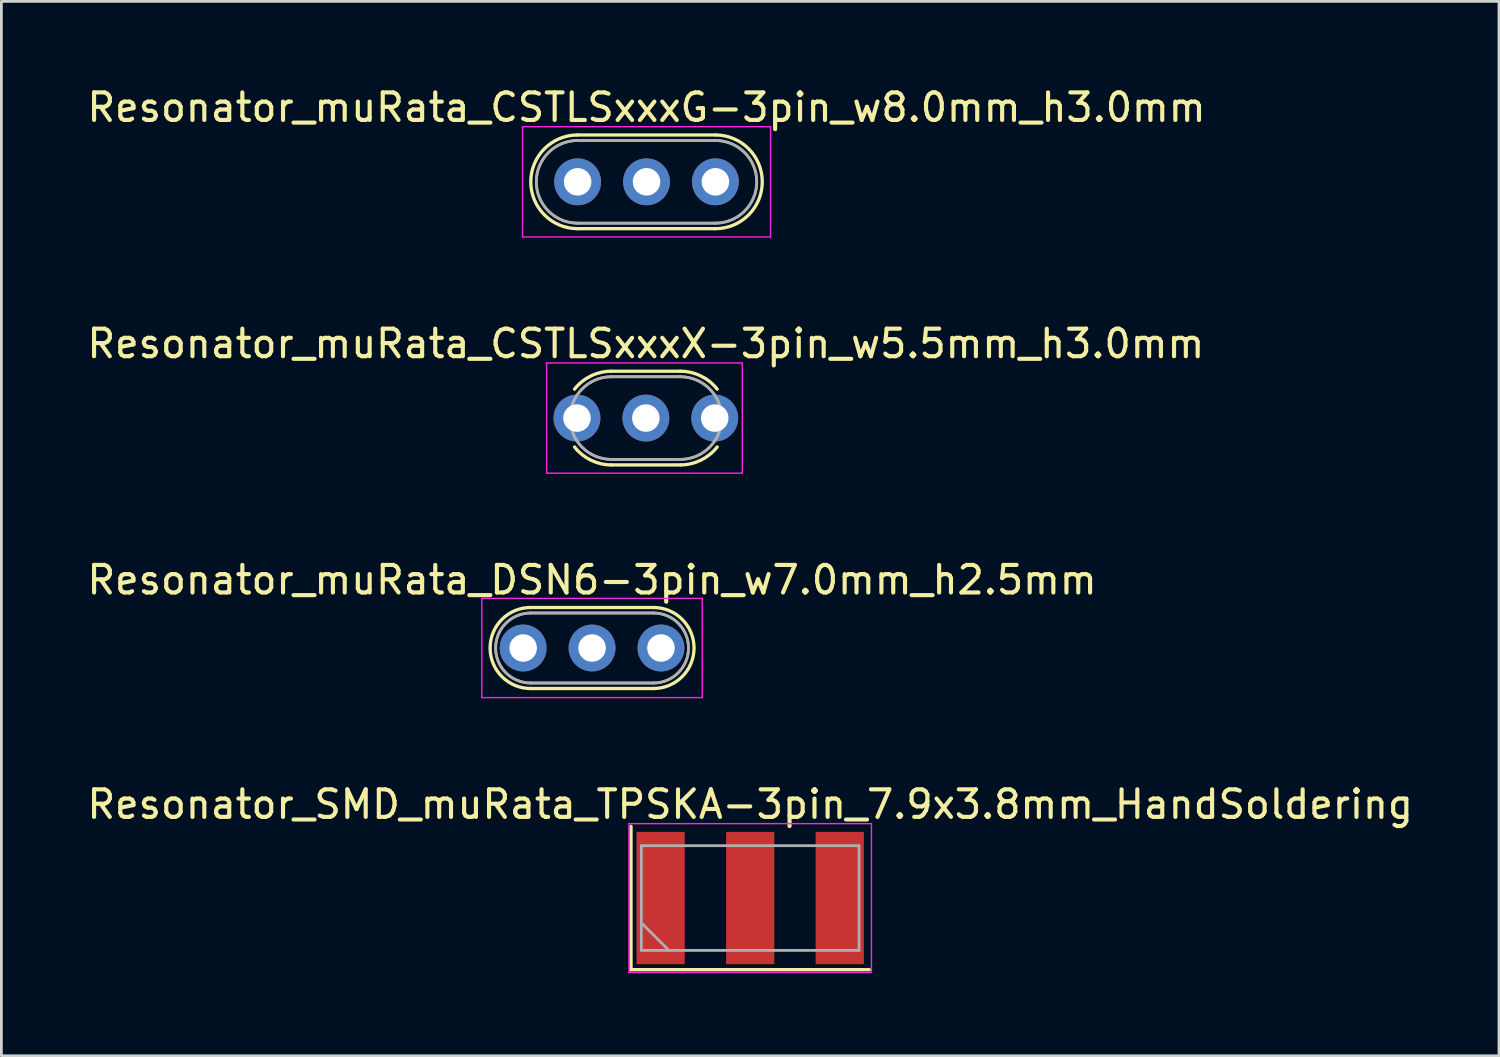
<source format=kicad_pcb>
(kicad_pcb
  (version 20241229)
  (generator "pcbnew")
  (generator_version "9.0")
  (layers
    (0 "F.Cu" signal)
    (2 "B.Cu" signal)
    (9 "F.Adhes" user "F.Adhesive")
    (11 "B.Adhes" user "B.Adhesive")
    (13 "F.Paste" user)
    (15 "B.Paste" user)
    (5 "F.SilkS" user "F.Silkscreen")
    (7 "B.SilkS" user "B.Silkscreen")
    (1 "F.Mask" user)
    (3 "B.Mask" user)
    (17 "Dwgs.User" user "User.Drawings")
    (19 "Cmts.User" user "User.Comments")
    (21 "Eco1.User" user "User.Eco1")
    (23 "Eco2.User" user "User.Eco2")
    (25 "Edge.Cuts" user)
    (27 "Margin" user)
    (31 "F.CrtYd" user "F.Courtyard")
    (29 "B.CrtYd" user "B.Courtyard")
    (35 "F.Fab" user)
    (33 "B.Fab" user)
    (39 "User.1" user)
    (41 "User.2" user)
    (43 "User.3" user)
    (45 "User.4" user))
  (footprint "Resonator_SMD_muRata_TPSKA-3pin_7.9x3.8mm_HandSoldering"
    (layer "F.Cu")
    (at 24.173 29.538)
    (property "Reference" "Resonator_SMD_muRata_TPSKA-3pin_7.9x3.8mm_HandSoldering" (at 0 -3.4 0) (layer "F.SilkS") (effects (font (size 1 1) (thickness 0.15))))
    (attr smd)
    (fp_line (start -4.325 -2.6) (end -4.325 2.6) (stroke (width 0.12) (type solid)) (layer "F.SilkS"))
    (fp_line (start -4.325 2.6) (end 4.325 2.6) (stroke (width 0.12) (type solid)) (layer "F.SilkS"))
    (fp_line (start -4.4 -2.7) (end -4.4 2.7) (stroke (width 0.05) (type solid)) (layer "F.CrtYd"))
    (fp_line (start -4.4 2.7) (end 4.4 2.7) (stroke (width 0.05) (type solid)) (layer "F.CrtYd"))
    (fp_line (start 4.4 -2.7) (end -4.4 -2.7) (stroke (width 0.05) (type solid)) (layer "F.CrtYd"))
    (fp_line (start 4.4 2.7) (end 4.4 -2.7) (stroke (width 0.05) (type solid)) (layer "F.CrtYd"))
    (fp_line (start -3.95 -1.9) (end -3.95 1.9) (stroke (width 0.1) (type solid)) (layer "F.Fab"))
    (fp_line (start -3.95 0.9) (end -2.95 1.9) (stroke (width 0.1) (type solid)) (layer "F.Fab"))
    (fp_line (start -3.95 1.9) (end 3.95 1.9) (stroke (width 0.1) (type solid)) (layer "F.Fab"))
    (fp_line (start 3.95 -1.9) (end -3.95 -1.9) (stroke (width 0.1) (type solid)) (layer "F.Fab"))
    (fp_line (start 3.95 1.9) (end 3.95 -1.9) (stroke (width 0.1) (type solid)) (layer "F.Fab"))
    (pad "1" smd rect (at -3.25 0) (size 1.75 4.8) (layers "F.Cu" "F.Mask"))
    (pad "2" smd rect (at 0 0) (size 1.75 4.8) (layers "F.Cu" "F.Mask"))
    (pad "3" smd rect (at 3.25 0) (size 1.75 4.8) (layers "F.Cu" "F.Mask")))
  (footprint "Resonator_muRata_CSTLSxxxX-3pin_w5.5mm_h3.0mm"
    (layer "F.Cu")
    (at 17.887 12.121)
    (property "Reference" "Resonator_muRata_CSTLSxxxX-3pin_w5.5mm_h3.0mm" (at 2.5 -2.7 0) (layer "F.SilkS") (effects (font (size 1 1) (thickness 0.15))))
    (attr through_hole)
    (fp_line (start 1.25 -1.7) (end 3.75 -1.7) (stroke (width 0.12) (type solid)) (layer "F.SilkS"))
    (fp_line (start 1.25 1.7) (end 3.75 1.7) (stroke (width 0.12) (type solid)) (layer "F.SilkS"))
    (fp_arc (start -0.08779 -1.048961) (mid 0.506102 -1.5286) (end 1.25 -1.7) (stroke (width 0.12) (type solid)) (layer "F.SilkS"))
    (fp_arc (start 1.25 1.7) (mid 0.506103 1.5286) (end -0.08779 1.048961) (stroke (width 0.12) (type solid)) (layer "F.SilkS"))
    (fp_arc (start 3.75 -1.7) (mid 4.493897 -1.5286) (end 5.08779 -1.048961) (stroke (width 0.12) (type solid)) (layer "F.SilkS"))
    (fp_arc (start 5.08779 1.048961) (mid 4.493898 1.5286) (end 3.75 1.7) (stroke (width 0.12) (type solid)) (layer "F.SilkS"))
    (fp_line (start -1.1 -2) (end -1.1 2) (stroke (width 0.05) (type solid)) (layer "F.CrtYd"))
    (fp_line (start -1.1 2) (end 6 2) (stroke (width 0.05) (type solid)) (layer "F.CrtYd"))
    (fp_line (start 6 -2) (end -1.1 -2) (stroke (width 0.05) (type solid)) (layer "F.CrtYd"))
    (fp_line (start 6 2) (end 6 -2) (stroke (width 0.05) (type solid)) (layer "F.CrtYd"))
    (fp_line (start 1.25 -1.5) (end 3.75 -1.5) (stroke (width 0.1) (type solid)) (layer "F.Fab"))
    (fp_line (start 1.25 -1.5) (end 3.75 -1.5) (stroke (width 0.1) (type solid)) (layer "F.Fab"))
    (fp_line (start 1.25 1.5) (end 3.75 1.5) (stroke (width 0.1) (type solid)) (layer "F.Fab"))
    (fp_line (start 1.25 1.5) (end 3.75 1.5) (stroke (width 0.1) (type solid)) (layer "F.Fab"))
    (fp_arc (start 1.25 1.5) (mid -0.25 0) (end 1.25 -1.5) (stroke (width 0.1) (type solid)) (layer "F.Fab"))
    (fp_arc (start 1.25 1.5) (mid -0.25 0) (end 1.25 -1.5) (stroke (width 0.1) (type solid)) (layer "F.Fab"))
    (fp_arc (start 3.75 -1.5) (mid 5.25 0) (end 3.75 1.5) (stroke (width 0.1) (type solid)) (layer "F.Fab"))
    (fp_arc (start 3.75 -1.5) (mid 5.25 0) (end 3.75 1.5) (stroke (width 0.1) (type solid)) (layer "F.Fab"))
    (pad "1" thru_hole circle (at 0 0) (size 1.7 1.7) (drill 1) (layers "*.Cu" "*.Mask"))
    (pad "2" thru_hole circle (at 2.5 0) (size 1.7 1.7) (drill 1) (layers "*.Cu" "*.Mask"))
    (pad "3" thru_hole circle (at 5 0) (size 1.7 1.7) (drill 1) (layers "*.Cu" "*.Mask")))
  (footprint "Resonator_muRata_CSTLSxxxG-3pin_w8.0mm_h3.0mm"
    (layer "F.Cu")
    (at 17.911 3.548)
    (property "Reference" "Resonator_muRata_CSTLSxxxG-3pin_w8.0mm_h3.0mm" (at 2.5 -2.7 0) (layer "F.SilkS") (effects (font (size 1 1) (thickness 0.15))))
    (attr through_hole)
    (fp_line (start 0 -1.7) (end 5 -1.7) (stroke (width 0.12) (type solid)) (layer "F.SilkS"))
    (fp_line (start 0 1.7) (end 5 1.7) (stroke (width 0.12) (type solid)) (layer "F.SilkS"))
    (fp_arc (start 0 1.7) (mid -1.7 0) (end 0 -1.7) (stroke (width 0.12) (type solid)) (layer "F.SilkS"))
    (fp_arc (start 5 -1.7) (mid 6.7 0) (end 5 1.7) (stroke (width 0.12) (type solid)) (layer "F.SilkS"))
    (fp_line (start -2 -2) (end -2 2) (stroke (width 0.05) (type solid)) (layer "F.CrtYd"))
    (fp_line (start -2 2) (end 7 2) (stroke (width 0.05) (type solid)) (layer "F.CrtYd"))
    (fp_line (start 7 -2) (end -2 -2) (stroke (width 0.05) (type solid)) (layer "F.CrtYd"))
    (fp_line (start 7 2) (end 7 -2) (stroke (width 0.05) (type solid)) (layer "F.CrtYd"))
    (fp_line (start 0 -1.5) (end 5 -1.5) (stroke (width 0.1) (type solid)) (layer "F.Fab"))
    (fp_line (start 0 -1.5) (end 5 -1.5) (stroke (width 0.1) (type solid)) (layer "F.Fab"))
    (fp_line (start 0 1.5) (end 5 1.5) (stroke (width 0.1) (type solid)) (layer "F.Fab"))
    (fp_line (start 0 1.5) (end 5 1.5) (stroke (width 0.1) (type solid)) (layer "F.Fab"))
    (fp_arc (start 0 1.5) (mid -1.5 0) (end 0 -1.5) (stroke (width 0.1) (type solid)) (layer "F.Fab"))
    (fp_arc (start 0 1.5) (mid -1.5 0) (end 0 -1.5) (stroke (width 0.1) (type solid)) (layer "F.Fab"))
    (fp_arc (start 5 -1.5) (mid 6.5 0) (end 5 1.5) (stroke (width 0.1) (type solid)) (layer "F.Fab"))
    (fp_arc (start 5 -1.5) (mid 6.5 0) (end 5 1.5) (stroke (width 0.1) (type solid)) (layer "F.Fab"))
    (pad "1" thru_hole circle (at 0 0) (size 1.7 1.7) (drill 1) (layers "*.Cu" "*.Mask"))
    (pad "2" thru_hole circle (at 2.5 0) (size 1.7 1.7) (drill 1) (layers "*.Cu" "*.Mask"))
    (pad "3" thru_hole circle (at 5 0) (size 1.7 1.7) (drill 1) (layers "*.Cu" "*.Mask")))
  (footprint "Resonator_muRata_DSN6-3pin_w7.0mm_h2.5mm"
    (layer "F.Cu")
    (at 15.935 20.465)
    (property "Reference" "Resonator_muRata_DSN6-3pin_w7.0mm_h2.5mm" (at 2.5 -2.47 0) (layer "F.SilkS") (effects (font (size 1 1) (thickness 0.15))))
    (attr through_hole)
    (fp_line (start 0.27 -1.47) (end 4.73 -1.47) (stroke (width 0.12) (type solid)) (layer "F.SilkS"))
    (fp_line (start 0.27 1.47) (end 4.73 1.47) (stroke (width 0.12) (type solid)) (layer "F.SilkS"))
    (fp_arc (start 0.27 1.47) (mid -1.2 0) (end 0.27 -1.47) (stroke (width 0.12) (type solid)) (layer "F.SilkS"))
    (fp_arc (start 4.73 -1.47) (mid 6.2 0) (end 4.73 1.47) (stroke (width 0.12) (type solid)) (layer "F.SilkS"))
    (fp_line (start -1.5 -1.8) (end -1.5 1.8) (stroke (width 0.05) (type solid)) (layer "F.CrtYd"))
    (fp_line (start -1.5 1.8) (end 6.5 1.8) (stroke (width 0.05) (type solid)) (layer "F.CrtYd"))
    (fp_line (start 6.5 -1.8) (end -1.5 -1.8) (stroke (width 0.05) (type solid)) (layer "F.CrtYd"))
    (fp_line (start 6.5 1.8) (end 6.5 -1.8) (stroke (width 0.05) (type solid)) (layer "F.CrtYd"))
    (fp_line (start 0.27 -1.27) (end 4.73 -1.27) (stroke (width 0.1) (type solid)) (layer "F.Fab"))
    (fp_line (start 0.27 -1.27) (end 4.73 -1.27) (stroke (width 0.1) (type solid)) (layer "F.Fab"))
    (fp_line (start 0.27 1.27) (end 4.73 1.27) (stroke (width 0.1) (type solid)) (layer "F.Fab"))
    (fp_line (start 0.27 1.27) (end 4.73 1.27) (stroke (width 0.1) (type solid)) (layer "F.Fab"))
    (fp_arc (start 0.27 1.27) (mid -1 0) (end 0.27 -1.27) (stroke (width 0.1) (type solid)) (layer "F.Fab"))
    (fp_arc (start 0.27 1.27) (mid -1 0) (end 0.27 -1.27) (stroke (width 0.1) (type solid)) (layer "F.Fab"))
    (fp_arc (start 4.73 -1.27) (mid 6 0) (end 4.73 1.27) (stroke (width 0.1) (type solid)) (layer "F.Fab"))
    (fp_arc (start 4.73 -1.27) (mid 6 0) (end 4.73 1.27) (stroke (width 0.1) (type solid)) (layer "F.Fab"))
    (pad "1" thru_hole circle (at 0 0) (size 1.7 1.7) (drill 1) (layers "*.Cu" "*.Mask"))
    (pad "2" thru_hole circle (at 2.5 0) (size 1.7 1.7) (drill 1) (layers "*.Cu" "*.Mask"))
    (pad "3" thru_hole circle (at 5 0) (size 1.7 1.7) (drill 1) (layers "*.Cu" "*.Mask")))
  (gr_rect
    (start -3 -3)
    (end 51.345 35.263)
    (stroke (width 0.1) (type default))
    (fill no)
    (layer "Edge.Cuts")))
</source>
